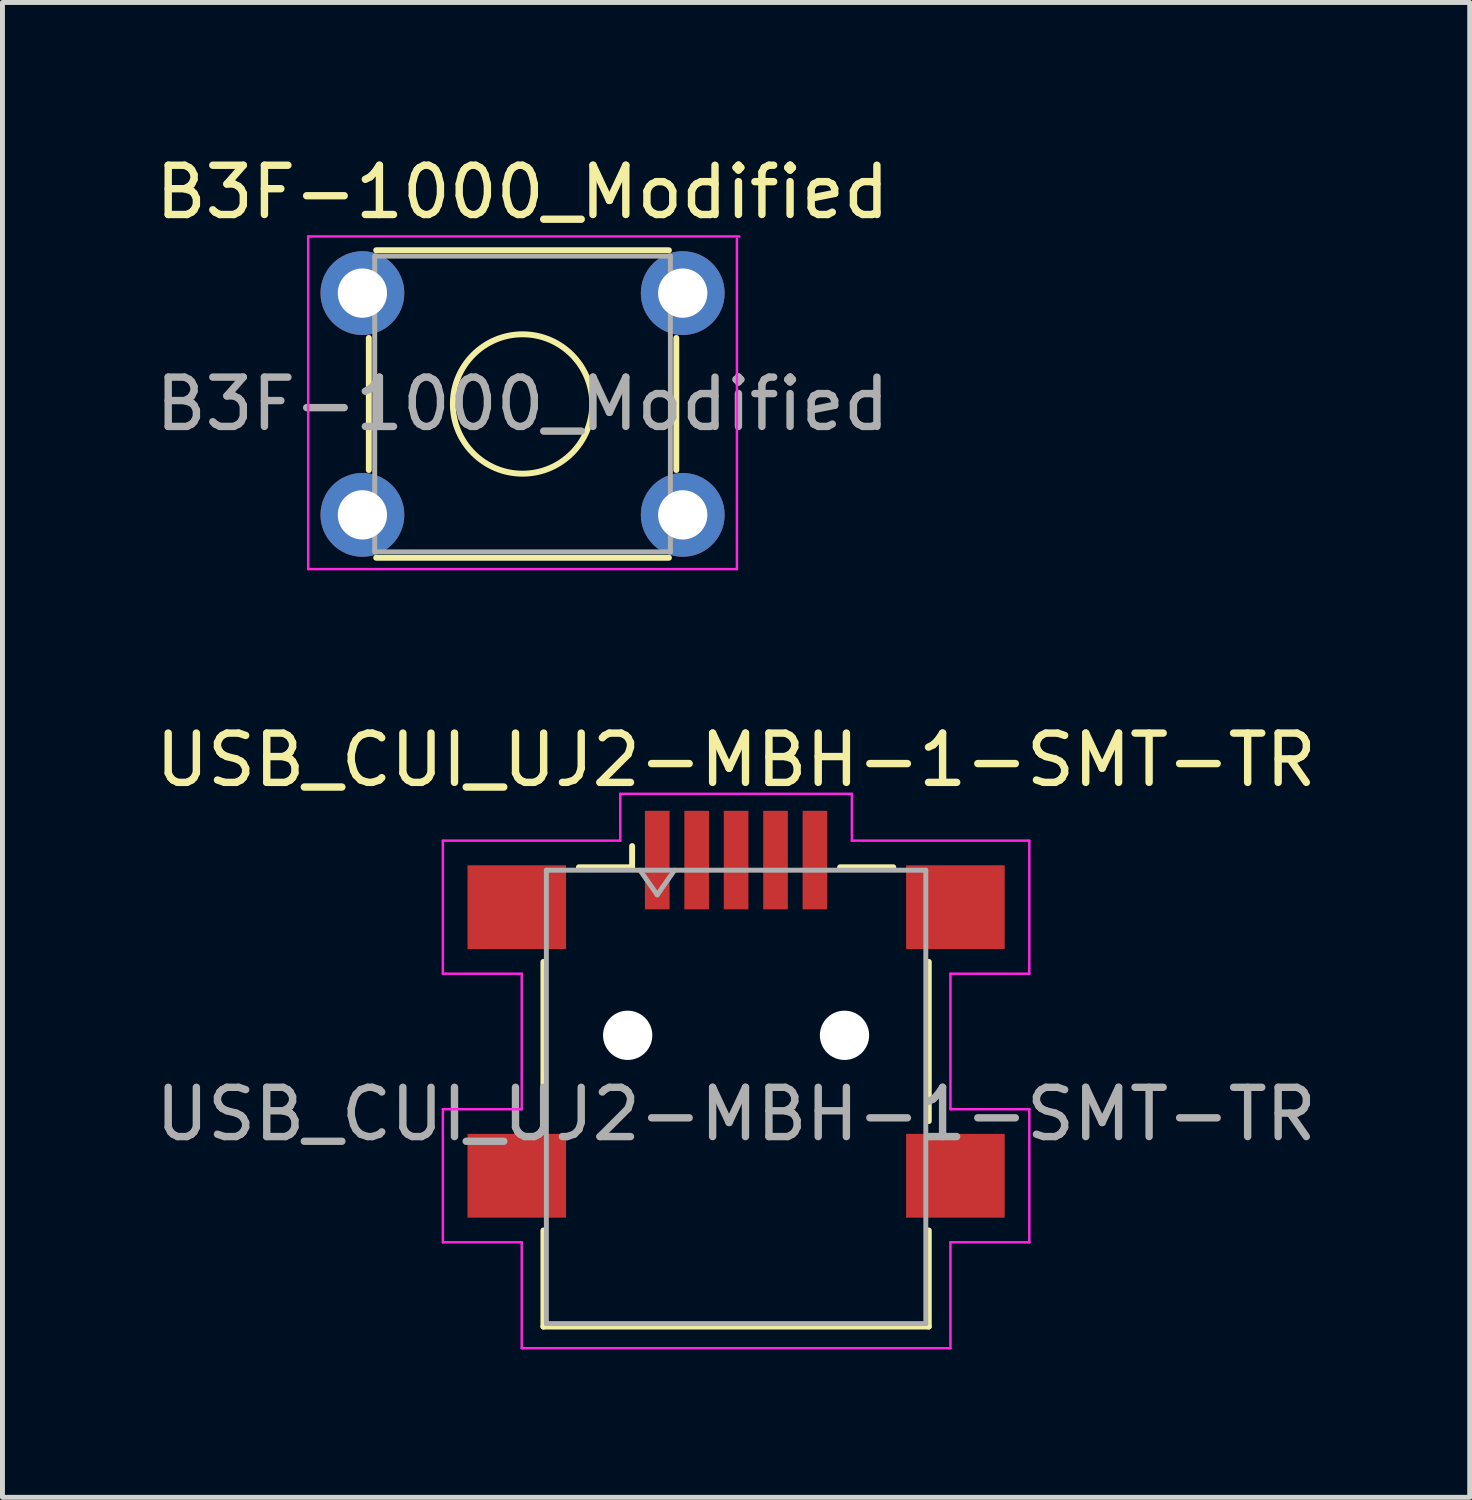
<source format=kicad_pcb>
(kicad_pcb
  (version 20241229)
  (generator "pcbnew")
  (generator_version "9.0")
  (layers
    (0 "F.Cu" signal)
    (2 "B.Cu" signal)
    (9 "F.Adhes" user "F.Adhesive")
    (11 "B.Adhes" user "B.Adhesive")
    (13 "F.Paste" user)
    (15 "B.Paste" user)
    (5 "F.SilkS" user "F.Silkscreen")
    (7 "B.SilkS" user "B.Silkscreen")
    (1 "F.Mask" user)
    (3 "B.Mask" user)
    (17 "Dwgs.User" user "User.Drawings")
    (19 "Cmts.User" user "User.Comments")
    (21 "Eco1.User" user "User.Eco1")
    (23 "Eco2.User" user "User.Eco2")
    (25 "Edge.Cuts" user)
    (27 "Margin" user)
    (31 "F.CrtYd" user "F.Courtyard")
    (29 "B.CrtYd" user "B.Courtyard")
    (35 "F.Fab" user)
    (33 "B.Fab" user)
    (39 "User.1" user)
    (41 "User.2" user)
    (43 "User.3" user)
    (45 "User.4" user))
  (footprint "USB_CUI_UJ2-MBH-1-SMT-TR"
    (layer "F.Cu")
    (at 11.887 17.959)
    (property "Reference" "USB_CUI_UJ2-MBH-1-SMT-TR" (at 0 -5.588 0) (layer "F.SilkS") (effects (font (size 1 1) (thickness 0.15))))
    (attr smd)
    (fp_line (start -3.91 1.74) (end -3.91 -1.49) (stroke (width 0.12) (type solid)) (layer "F.SilkS"))
    (fp_line (start -3.91 5.91) (end -3.91 3.96) (stroke (width 0.12) (type solid)) (layer "F.SilkS"))
    (fp_line (start -3.19 -3.41) (end -2.11 -3.41) (stroke (width 0.12) (type solid)) (layer "F.SilkS"))
    (fp_line (start -2.11 -3.41) (end -2.11 -3.84) (stroke (width 0.12) (type solid)) (layer "F.SilkS"))
    (fp_line (start 2.11 -3.41) (end 3.19 -3.41) (stroke (width 0.12) (type solid)) (layer "F.SilkS"))
    (fp_line (start 3.91 1.74) (end 3.91 -1.49) (stroke (width 0.12) (type solid)) (layer "F.SilkS"))
    (fp_line (start 3.91 5.91) (end -3.91 5.91) (stroke (width 0.12) (type solid)) (layer "F.SilkS"))
    (fp_line (start 3.91 5.91) (end 3.91 3.96) (stroke (width 0.12) (type solid)) (layer "F.SilkS"))
    (fp_line (start -5.95 -3.95) (end -5.95 -1.25) (stroke (width 0.05) (type solid)) (layer "F.CrtYd"))
    (fp_line (start -5.95 -3.95) (end -2.35 -3.95) (stroke (width 0.05) (type solid)) (layer "F.CrtYd"))
    (fp_line (start -5.95 1.5) (end -5.95 4.2) (stroke (width 0.05) (type solid)) (layer "F.CrtYd"))
    (fp_line (start -4.35 -1.25) (end -5.95 -1.25) (stroke (width 0.05) (type solid)) (layer "F.CrtYd"))
    (fp_line (start -4.35 -1.25) (end -4.35 1.5) (stroke (width 0.05) (type solid)) (layer "F.CrtYd"))
    (fp_line (start -4.35 1.5) (end -5.95 1.5) (stroke (width 0.05) (type solid)) (layer "F.CrtYd"))
    (fp_line (start -4.35 4.2) (end -5.95 4.2) (stroke (width 0.05) (type solid)) (layer "F.CrtYd"))
    (fp_line (start -4.35 6.35) (end -4.35 4.2) (stroke (width 0.05) (type solid)) (layer "F.CrtYd"))
    (fp_line (start -4.35 6.35) (end 4.35 6.35) (stroke (width 0.05) (type solid)) (layer "F.CrtYd"))
    (fp_line (start -2.35 -3.95) (end -2.35 -4.9) (stroke (width 0.05) (type solid)) (layer "F.CrtYd"))
    (fp_line (start 2.35 -4.9) (end -2.35 -4.9) (stroke (width 0.05) (type solid)) (layer "F.CrtYd"))
    (fp_line (start 2.35 -3.95) (end 2.35 -4.9) (stroke (width 0.05) (type solid)) (layer "F.CrtYd"))
    (fp_line (start 4.35 -1.25) (end 4.35 1.5) (stroke (width 0.05) (type solid)) (layer "F.CrtYd"))
    (fp_line (start 4.35 -1.25) (end 5.95 -1.25) (stroke (width 0.05) (type solid)) (layer "F.CrtYd"))
    (fp_line (start 4.35 1.5) (end 5.95 1.5) (stroke (width 0.05) (type solid)) (layer "F.CrtYd"))
    (fp_line (start 4.35 4.2) (end 5.95 4.2) (stroke (width 0.05) (type solid)) (layer "F.CrtYd"))
    (fp_line (start 4.35 6.35) (end 4.35 4.2) (stroke (width 0.05) (type solid)) (layer "F.CrtYd"))
    (fp_line (start 5.95 -3.95) (end 2.35 -3.95) (stroke (width 0.05) (type solid)) (layer "F.CrtYd"))
    (fp_line (start 5.95 -3.95) (end 5.95 -1.25) (stroke (width 0.05) (type solid)) (layer "F.CrtYd"))
    (fp_line (start 5.95 1.5) (end 5.95 4.2) (stroke (width 0.05) (type solid)) (layer "F.CrtYd"))
    (fp_line (start -3.85 -3.35) (end -3.85 5.85) (stroke (width 0.1) (type solid)) (layer "F.Fab"))
    (fp_line (start -3.85 -3.35) (end 3.85 -3.35) (stroke (width 0.1) (type solid)) (layer "F.Fab"))
    (fp_line (start -3.85 5.85) (end 3.85 5.85) (stroke (width 0.1) (type solid)) (layer "F.Fab"))
    (fp_line (start -1.95 -3.35) (end -1.6 -2.85) (stroke (width 0.1) (type solid)) (layer "F.Fab"))
    (fp_line (start -1.6 -2.85) (end -1.25 -3.35) (stroke (width 0.1) (type solid)) (layer "F.Fab"))
    (fp_line (start 3.85 5.85) (end 3.85 -3.35) (stroke (width 0.1) (type solid)) (layer "F.Fab"))
    (fp_text user "${REFERENCE}" (at 0 1.6 180) (layer "F.Fab") (effects (font (size 1 1) (thickness 0.15))))
    (pad "" np_thru_hole circle (at -2.2 0) (size 1 1) (drill 1) (layers "*.Cu" "*.Mask"))
    (pad "" np_thru_hole circle (at 2.2 0) (size 1 1) (drill 1) (layers "*.Cu" "*.Mask"))
    (pad "1" smd rect (at -1.6 -3.556) (size 0.5 2) (layers "F.Cu" "F.Mask" "F.Paste"))
    (pad "2" smd rect (at -0.8 -3.556) (size 0.5 2) (layers "F.Cu" "F.Mask" "F.Paste"))
    (pad "3" smd rect (at 0 -3.556) (size 0.5 2) (layers "F.Cu" "F.Mask" "F.Paste"))
    (pad "4" smd rect (at 0.8 -3.556) (size 0.5 2) (layers "F.Cu" "F.Mask" "F.Paste"))
    (pad "5" smd rect (at 1.6 -3.556) (size 0.5 2) (layers "F.Cu" "F.Mask" "F.Paste"))
    (pad "6" smd rect (at -4.45 -2.6) (size 2 1.7) (layers "F.Cu" "F.Mask" "F.Paste"))
    (pad "6" smd rect (at -4.45 2.85) (size 2 1.7) (layers "F.Cu" "F.Mask" "F.Paste"))
    (pad "6" smd rect (at 4.45 -2.6) (size 2 1.7) (layers "F.Cu" "F.Mask" "F.Paste"))
    (pad "6" smd rect (at 4.45 2.85) (size 2 1.7) (layers "F.Cu" "F.Mask" "F.Paste")))
  (footprint "B3F-1000_Modified"
    (layer "F.Cu")
    (at 4.304 2.898)
    (property "Reference" "B3F-1000_Modified" (at 3.25 -2.05 0) (layer "F.SilkS") (effects (font (size 1 1) (thickness 0.15))))
    (attr through_hole)
    (fp_line (start 0.13 3.59) (end 0.13 0.91) (stroke (width 0.12) (type solid)) (layer "F.SilkS"))
    (fp_line (start 0.28 -0.87) (end 6.22 -0.87) (stroke (width 0.12) (type solid)) (layer "F.SilkS"))
    (fp_line (start 0.28 5.37) (end 6.22 5.37) (stroke (width 0.12) (type solid)) (layer "F.SilkS"))
    (fp_line (start 6.37 0.91) (end 6.37 3.59) (stroke (width 0.12) (type solid)) (layer "F.SilkS"))
    (fp_circle (center 3.25 2.25) (end 4.25 3.25) (stroke (width 0.12) (type solid)) (fill no) (layer "F.SilkS"))
    (fp_line (start -1.1 -1.15) (end -1.1 5.6) (stroke (width 0.05) (type solid)) (layer "F.CrtYd"))
    (fp_line (start -1.1 5.6) (end 7.6 5.6) (stroke (width 0.05) (type solid)) (layer "F.CrtYd"))
    (fp_line (start 7.6 5.6) (end 7.6 -1.1) (stroke (width 0.05) (type solid)) (layer "F.CrtYd"))
    (fp_line (start 7.65 -1.15) (end -1.1 -1.15) (stroke (width 0.05) (type solid)) (layer "F.CrtYd"))
    (fp_line (start 0.25 -0.75) (end 0.25 5.25) (stroke (width 0.1) (type solid)) (layer "F.Fab"))
    (fp_line (start 0.25 -0.75) (end 6.25 -0.75) (stroke (width 0.1) (type solid)) (layer "F.Fab"))
    (fp_line (start 0.25 5.25) (end 6.25 5.25) (stroke (width 0.1) (type solid)) (layer "F.Fab"))
    (fp_line (start 6.25 -0.75) (end 6.25 5.25) (stroke (width 0.1) (type solid)) (layer "F.Fab"))
    (fp_text user "${REFERENCE}" (at 3.25 2.25 0) (layer "F.Fab") (effects (font (size 1 1) (thickness 0.15))))
    (pad "1" thru_hole circle (at 0 0) (size 1.7 1.7) (drill 1) (layers "*.Cu" "*.Mask"))
    (pad "1" thru_hole circle (at 6.5 0) (size 1.7 1.7) (drill 1) (layers "*.Cu" "*.Mask"))
    (pad "2" thru_hole circle (at 0 4.5) (size 1.7 1.7) (drill 1) (layers "*.Cu" "*.Mask"))
    (pad "2" thru_hole circle (at 6.5 4.5) (size 1.7 1.7) (drill 1) (layers "*.Cu" "*.Mask")))
  (gr_rect
    (start -3 -3)
    (end 26.774 27.334)
    (stroke (width 0.1) (type default))
    (fill no)
    (layer "Edge.Cuts")))
</source>
